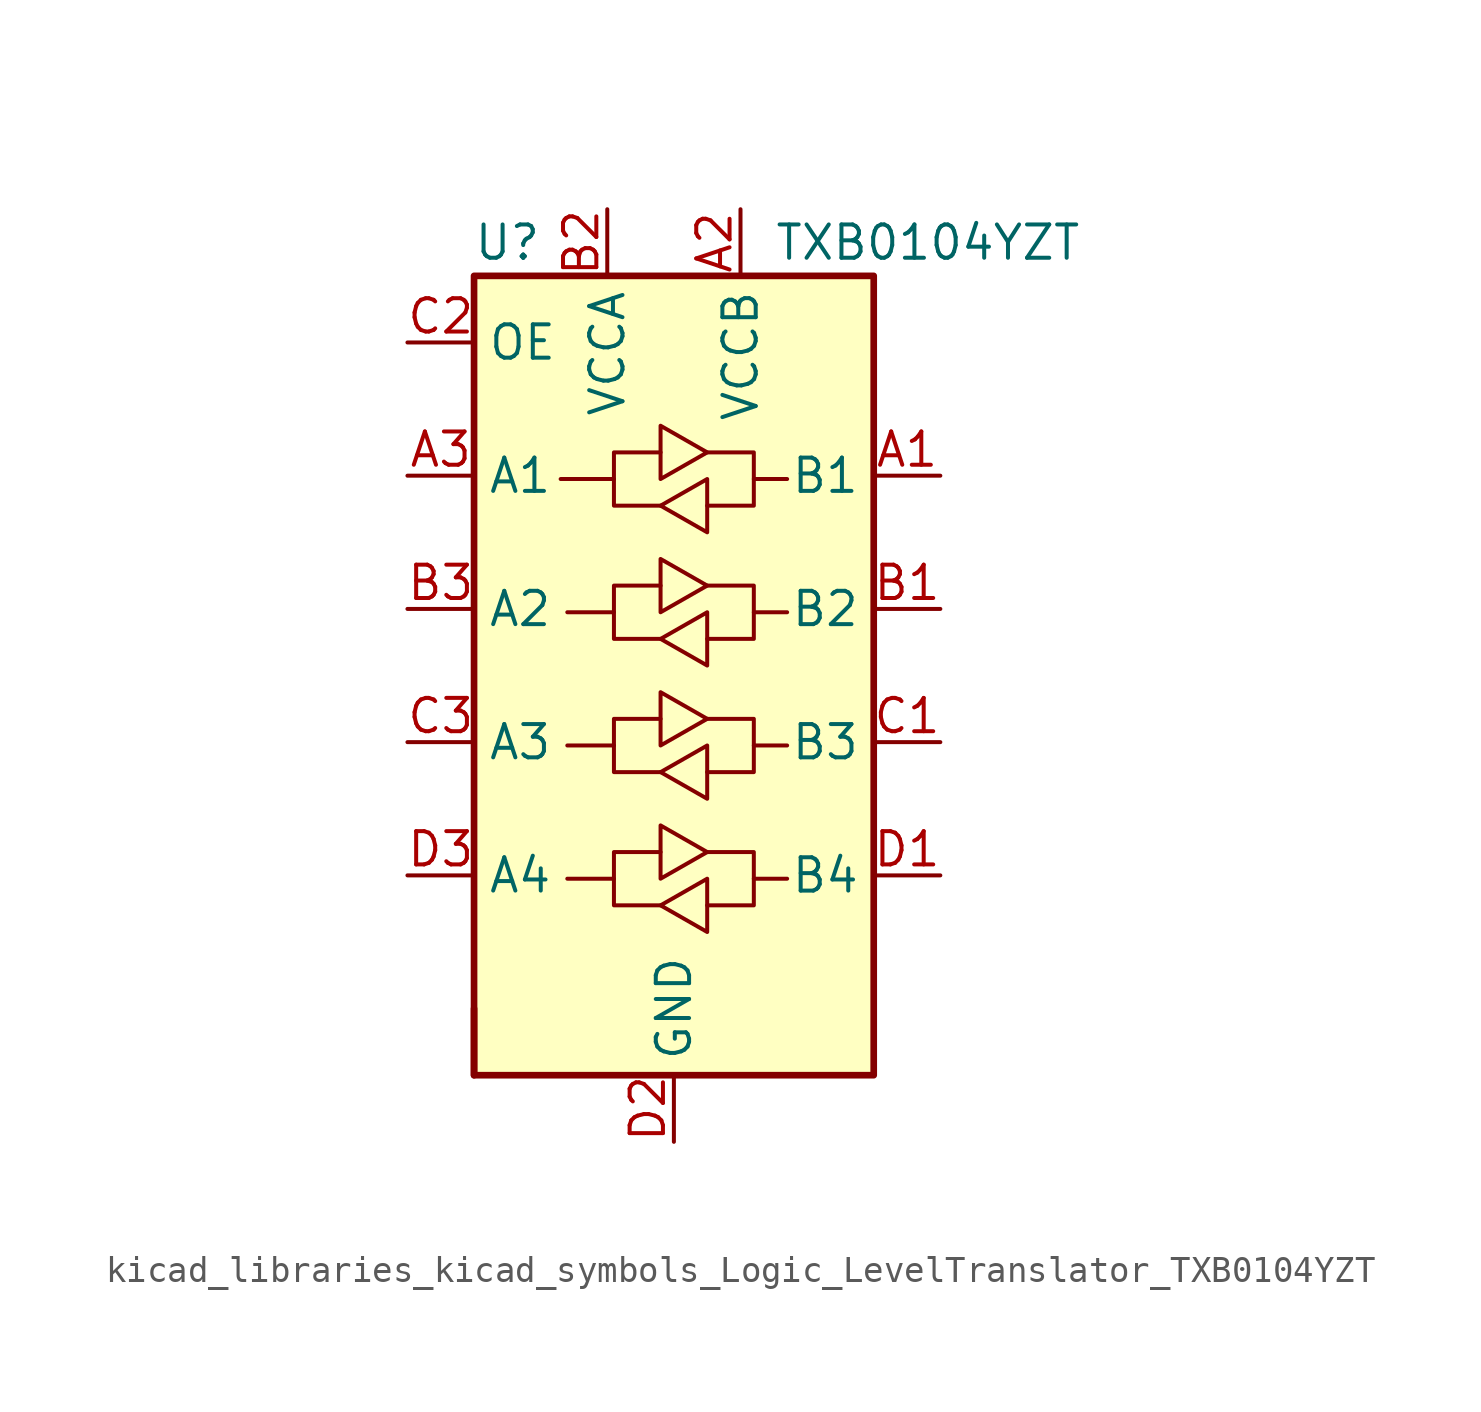
<source format=kicad_sym>
(kicad_symbol_lib
  (version 20220914)
  (generator kicad_symbol_editor)
  (symbol "kicad_libraries_kicad_symbols_Logic_LevelTranslator_TXB0104YZT"
    (property "Reference" "U"
      (at -6.35 16.51 0)
      (effects (font (size 1.27 1.27))))
    (property "Value" "TXB0104YZT"
      (at 3.81 16.51 0)
      (effects (font (size 1.27 1.27)) (justify left)))
    (symbol "kicad_libraries_kicad_symbols_Logic_LevelTranslator_TXB0104YZT_0_1"
      (rectangle (start -7.62 -15.24) (end -7.62 -12.7) (stroke (width 0.254) (type default)) (fill (type none)))
      (rectangle (start -7.62 15.24) (end 7.62 -15.24) (stroke (width 0.254) (type default)) (fill (type background)))
      (polyline (pts (xy -2.286 -7.747) (xy -2.286 -6.731) (xy -0.508 -6.731)) (stroke (width 0) (type default)) (fill (type none)))
      (polyline (pts (xy -2.286 -2.667) (xy -2.286 -1.651) (xy -0.508 -1.651)) (stroke (width 0) (type default)) (fill (type none)))
      (polyline (pts (xy -2.286 2.413) (xy -2.286 3.429) (xy -0.508 3.429)) (stroke (width 0) (type default)) (fill (type none)))
      (polyline (pts (xy -2.286 7.493) (xy -2.286 8.509) (xy -0.508 8.509)) (stroke (width 0) (type default)) (fill (type none)))
      (polyline (pts (xy 3.048 -7.747) (xy 3.048 -8.763) (xy 1.27 -8.763)) (stroke (width 0) (type default)) (fill (type none)))
      (polyline (pts (xy 3.048 -2.667) (xy 3.048 -3.683) (xy 1.27 -3.683)) (stroke (width 0) (type default)) (fill (type none)))
      (polyline (pts (xy 3.048 2.413) (xy 3.048 1.397) (xy 1.27 1.397)) (stroke (width 0) (type default)) (fill (type none)))
      (polyline (pts (xy 3.048 7.493) (xy 3.048 6.477) (xy 1.27 6.477)) (stroke (width 0) (type default)) (fill (type none)))
      (polyline (pts (xy -0.508 -8.763) (xy -2.286 -8.763) (xy -2.286 -7.747) (xy -4.064 -7.747)) (stroke (width 0) (type default)) (fill (type none)))
      (polyline (pts (xy -0.508 -8.763) (xy 1.27 -7.747) (xy 1.27 -9.779) (xy -0.508 -8.763)) (stroke (width 0) (type default)) (fill (type none)))
      (polyline (pts (xy -0.508 -3.683) (xy -2.286 -3.683) (xy -2.286 -2.667) (xy -4.064 -2.667)) (stroke (width 0) (type default)) (fill (type none)))
      (polyline (pts (xy -0.508 -3.683) (xy 1.27 -2.667) (xy 1.27 -4.699) (xy -0.508 -3.683)) (stroke (width 0) (type default)) (fill (type none)))
      (polyline (pts (xy -0.508 1.397) (xy -2.286 1.397) (xy -2.286 2.413) (xy -4.064 2.413)) (stroke (width 0) (type default)) (fill (type none)))
      (polyline (pts (xy -0.508 1.397) (xy 1.27 2.413) (xy 1.27 0.381) (xy -0.508 1.397)) (stroke (width 0) (type default)) (fill (type none)))
      (polyline (pts (xy -0.508 6.477) (xy -2.286 6.477) (xy -2.286 7.493) (xy -4.318 7.493)) (stroke (width 0) (type default)) (fill (type none)))
      (polyline (pts (xy -0.508 6.477) (xy 1.27 7.493) (xy 1.27 5.461) (xy -0.508 6.477)) (stroke (width 0) (type default)) (fill (type none)))
      (polyline (pts (xy 1.27 -6.731) (xy -0.508 -7.747) (xy -0.508 -5.715) (xy 1.27 -6.731)) (stroke (width 0) (type default)) (fill (type none)))
      (polyline (pts (xy 1.27 -6.731) (xy 3.048 -6.731) (xy 3.048 -7.747) (xy 4.318 -7.747)) (stroke (width 0) (type default)) (fill (type none)))
      (polyline (pts (xy 1.27 -1.651) (xy -0.508 -2.667) (xy -0.508 -0.635) (xy 1.27 -1.651)) (stroke (width 0) (type default)) (fill (type none)))
      (polyline (pts (xy 1.27 -1.651) (xy 3.048 -1.651) (xy 3.048 -2.667) (xy 4.318 -2.667)) (stroke (width 0) (type default)) (fill (type none)))
      (polyline (pts (xy 1.27 3.429) (xy -0.508 2.413) (xy -0.508 4.445) (xy 1.27 3.429)) (stroke (width 0) (type default)) (fill (type none)))
      (polyline (pts (xy 1.27 3.429) (xy 3.048 3.429) (xy 3.048 2.413) (xy 4.318 2.413)) (stroke (width 0) (type default)) (fill (type none)))
      (polyline (pts (xy 1.27 8.509) (xy -0.508 7.493) (xy -0.508 9.525) (xy 1.27 8.509)) (stroke (width 0) (type default)) (fill (type none)))
      (polyline (pts (xy 1.27 8.509) (xy 3.048 8.509) (xy 3.048 7.493) (xy 4.318 7.493)) (stroke (width 0) (type default)) (fill (type none))))
    (symbol "kicad_libraries_kicad_symbols_Logic_LevelTranslator_TXB0104YZT_1_1"
      (pin bidirectional line (at 10.16 7.62 180) (length 2.54) (name "B1" (effects (font (size 1.27 1.27)))) (number "A1" (effects (font (size 1.27 1.27)))))
      (pin power_in line (at 2.54 17.78 270) (length 2.54) (name "VCCB" (effects (font (size 1.27 1.27)))) (number "A2" (effects (font (size 1.27 1.27)))))
      (pin bidirectional line (at -10.16 7.62 0) (length 2.54) (name "A1" (effects (font (size 1.27 1.27)))) (number "A3" (effects (font (size 1.27 1.27)))))
      (pin bidirectional line (at 10.16 2.54 180) (length 2.54) (name "B2" (effects (font (size 1.27 1.27)))) (number "B1" (effects (font (size 1.27 1.27)))))
      (pin power_in line (at -2.54 17.78 270) (length 2.54) (name "VCCA" (effects (font (size 1.27 1.27)))) (number "B2" (effects (font (size 1.27 1.27)))))
      (pin bidirectional line (at -10.16 2.54 0) (length 2.54) (name "A2" (effects (font (size 1.27 1.27)))) (number "B3" (effects (font (size 1.27 1.27)))))
      (pin bidirectional line (at 10.16 -2.54 180) (length 2.54) (name "B3" (effects (font (size 1.27 1.27)))) (number "C1" (effects (font (size 1.27 1.27)))))
      (pin input line (at -10.16 12.7 0) (length 2.54) (name "OE" (effects (font (size 1.27 1.27)))) (number "C2" (effects (font (size 1.27 1.27)))))
      (pin bidirectional line (at -10.16 -2.54 0) (length 2.54) (name "A3" (effects (font (size 1.27 1.27)))) (number "C3" (effects (font (size 1.27 1.27)))))
      (pin bidirectional line (at 10.16 -7.62 180) (length 2.54) (name "B4" (effects (font (size 1.27 1.27)))) (number "D1" (effects (font (size 1.27 1.27)))))
      (pin power_in line (at 0 -17.78 90) (length 2.54) (name "GND" (effects (font (size 1.27 1.27)))) (number "D2" (effects (font (size 1.27 1.27)))))
      (pin bidirectional line (at -10.16 -7.62 0) (length 2.54) (name "A4" (effects (font (size 1.27 1.27)))) (number "D3" (effects (font (size 1.27 1.27))))))))
</source>
